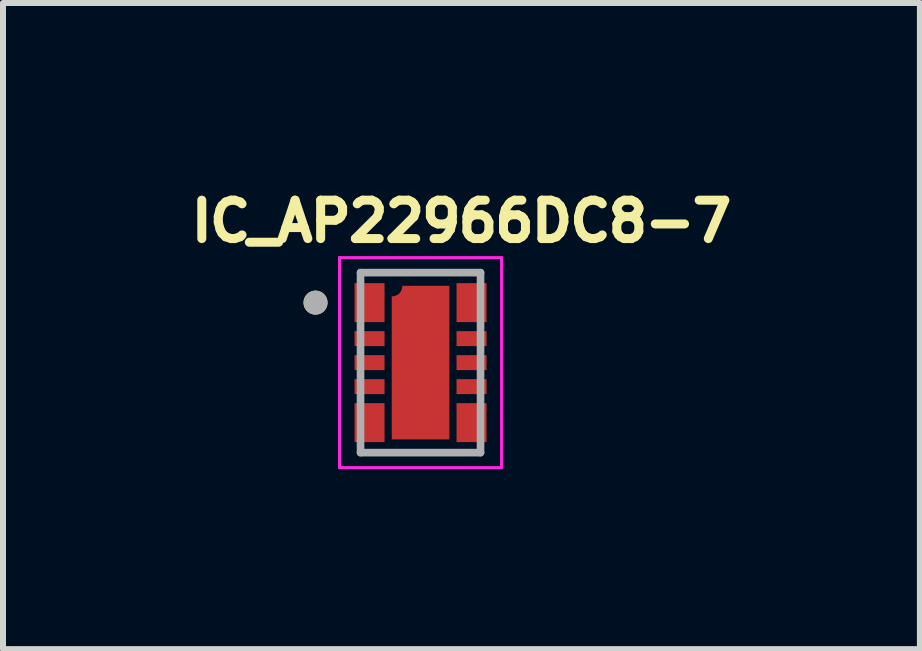
<source format=kicad_pcb>
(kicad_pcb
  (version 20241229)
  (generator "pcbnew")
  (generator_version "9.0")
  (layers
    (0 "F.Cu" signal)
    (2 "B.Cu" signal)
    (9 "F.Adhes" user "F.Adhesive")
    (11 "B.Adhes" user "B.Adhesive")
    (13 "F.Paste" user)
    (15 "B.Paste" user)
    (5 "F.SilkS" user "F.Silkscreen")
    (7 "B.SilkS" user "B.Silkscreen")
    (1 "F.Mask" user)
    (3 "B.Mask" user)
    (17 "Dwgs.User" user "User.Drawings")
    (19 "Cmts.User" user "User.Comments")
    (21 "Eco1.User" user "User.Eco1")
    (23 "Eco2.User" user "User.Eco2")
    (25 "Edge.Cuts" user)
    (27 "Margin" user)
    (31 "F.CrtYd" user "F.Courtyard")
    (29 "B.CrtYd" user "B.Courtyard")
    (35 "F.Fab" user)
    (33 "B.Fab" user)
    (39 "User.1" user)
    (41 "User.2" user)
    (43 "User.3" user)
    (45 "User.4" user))
  (footprint "IC_AP22966DC8-7"
    (layer "F.Cu")
    (at 3.959 2.994)
    (property "Reference" "IC_AP22966DC8-7" (at 0.682 -2.356 0) (layer "F.SilkS") (effects (font (size 0.64 0.64) (thickness 0.15))))
    (attr smd)
    (fp_poly (pts (xy -1.15 -1.375) (xy -0.55 -1.375) (xy -0.55 -0.625) (xy -1.15 -0.625)) (stroke (width 0.01) (type solid)) (fill yes) (layer "F.Mask"))
    (fp_poly (pts (xy -1.15 -0.575) (xy -0.55 -0.575) (xy -0.55 -0.225) (xy -1.15 -0.225)) (stroke (width 0.01) (type solid)) (fill yes) (layer "F.Mask"))
    (fp_poly (pts (xy -1.15 -0.175) (xy -0.55 -0.175) (xy -0.55 0.175) (xy -1.15 0.175)) (stroke (width 0.01) (type solid)) (fill yes) (layer "F.Mask"))
    (fp_poly (pts (xy -1.15 0.225) (xy -0.55 0.225) (xy -0.55 0.575) (xy -1.15 0.575)) (stroke (width 0.01) (type solid)) (fill yes) (layer "F.Mask"))
    (fp_poly (pts (xy -1.15 0.625) (xy -0.55 0.625) (xy -0.55 1.375) (xy -1.15 1.375)) (stroke (width 0.01) (type solid)) (fill yes) (layer "F.Mask"))
    (fp_poly (pts (xy 0.55 -1.375) (xy 1.15 -1.375) (xy 1.15 -0.625) (xy 0.55 -0.625)) (stroke (width 0.01) (type solid)) (fill yes) (layer "F.Mask"))
    (fp_poly (pts (xy 0.55 -0.575) (xy 1.15 -0.575) (xy 1.15 -0.225) (xy 0.55 -0.225)) (stroke (width 0.01) (type solid)) (fill yes) (layer "F.Mask"))
    (fp_poly (pts (xy 0.55 -0.175) (xy 1.15 -0.175) (xy 1.15 0.175) (xy 0.55 0.175)) (stroke (width 0.01) (type solid)) (fill yes) (layer "F.Mask"))
    (fp_poly (pts (xy 0.55 0.225) (xy 1.15 0.225) (xy 1.15 0.575) (xy 0.55 0.575)) (stroke (width 0.01) (type solid)) (fill yes) (layer "F.Mask"))
    (fp_poly (pts (xy 0.55 0.625) (xy 1.15 0.625) (xy 1.15 1.375) (xy 0.55 1.375)) (stroke (width 0.01) (type solid)) (fill yes) (layer "F.Mask"))
    (fp_poly (pts (xy -0.525 -1.15) (xy -0.516 -1.15) (xy -0.507 -1.151) (xy -0.498 -1.152) (xy -0.489 -1.154) (xy -0.48 -1.156) (xy -0.471 -1.159) (xy -0.462 -1.162) (xy -0.454 -1.165) (xy -0.446 -1.169) (xy -0.438 -1.173) (xy -0.43 -1.178) (xy -0.422 -1.183) (xy -0.415 -1.189) (xy -0.408 -1.195) (xy -0.401 -1.201) (xy -0.395 -1.208) (xy -0.389 -1.215) (xy -0.383 -1.222) (xy -0.378 -1.23) (xy -0.373 -1.237) (xy -0.369 -1.246) (xy -0.365 -1.254) (xy -0.362 -1.262) (xy -0.359 -1.271) (xy -0.356 -1.28) (xy -0.354 -1.289) (xy -0.352 -1.298) (xy -0.351 -1.307) (xy -0.35 -1.316) (xy -0.35 -1.325) (xy 0.525 -1.325) (xy 0.525 1.325) (xy -0.525 1.325) (xy -0.525 -1.15)) (stroke (width 0.01) (type solid)) (fill yes) (layer "F.Mask"))
    (fp_circle (center -1.75 -1) (end -1.65 -1) (stroke (width 0.2) (type solid)) (fill no) (layer "F.SilkS"))
    (fp_poly (pts (xy -0.3 -0.806) (xy 0.3 -0.806) (xy 0.3 0.806) (xy -0.3 0.806)) (stroke (width 0.01) (type solid)) (fill yes) (layer "F.Paste"))
    (fp_line (start -1.35 -1.75) (end -1.35 1.75) (stroke (width 0.05) (type solid)) (layer "F.CrtYd"))
    (fp_line (start -1.35 1.75) (end 1.35 1.75) (stroke (width 0.05) (type solid)) (layer "F.CrtYd"))
    (fp_line (start 1.35 -1.75) (end -1.35 -1.75) (stroke (width 0.05) (type solid)) (layer "F.CrtYd"))
    (fp_line (start 1.35 1.75) (end 1.35 -1.75) (stroke (width 0.05) (type solid)) (layer "F.CrtYd"))
    (fp_line (start -1 -1.5) (end -1 1.5) (stroke (width 0.127) (type solid)) (layer "F.Fab"))
    (fp_line (start -1 1.5) (end 1 1.5) (stroke (width 0.127) (type solid)) (layer "F.Fab"))
    (fp_line (start 1 -1.5) (end -1 -1.5) (stroke (width 0.127) (type solid)) (layer "F.Fab"))
    (fp_line (start 1 1.5) (end 1 -1.5) (stroke (width 0.127) (type solid)) (layer "F.Fab"))
    (fp_circle (center -1.75 -1) (end -1.65 -1) (stroke (width 0.2) (type solid)) (fill no) (layer "F.Fab"))
    (pad "1_2" smd rect (at -0.85 -1) (size 0.5 0.65) (layers "F.Cu" "F.Paste"))
    (pad "3" smd rect (at -0.85 -0.4) (size 0.5 0.25) (layers "F.Cu" "F.Paste"))
    (pad "4" smd rect (at -0.85 0) (size 0.5 0.25) (layers "F.Cu" "F.Paste"))
    (pad "5" smd rect (at -0.85 0.4) (size 0.5 0.25) (layers "F.Cu" "F.Paste"))
    (pad "6_7" smd rect (at -0.85 1) (size 0.5 0.65) (layers "F.Cu" "F.Paste"))
    (pad "8_9" smd rect (at 0.85 1) (size 0.5 0.65) (layers "F.Cu" "F.Paste"))
    (pad "10" smd rect (at 0.85 0.4) (size 0.5 0.25) (layers "F.Cu" "F.Paste"))
    (pad "11" smd rect (at 0.85 0) (size 0.5 0.25) (layers "F.Cu" "F.Paste"))
    (pad "12" smd rect (at 0.85 -0.4) (size 0.5 0.25) (layers "F.Cu" "F.Paste"))
    (pad "13_14" smd rect (at 0.85 -1) (size 0.5 0.65) (layers "F.Cu" "F.Paste"))
    (pad "15" smd custom (at 0 0) (size 0.1 0.1) (layers "F.Cu") (options (anchor rect)) (primitives (gr_poly (pts (xy -0.475 -1.1) (xy -0.466 -1.1) (xy -0.457 -1.101) (xy -0.448 -1.102) (xy -0.439 -1.104) (xy -0.43 -1.106) (xy -0.421 -1.109) (xy -0.412 -1.112) (xy -0.404 -1.115) (xy -0.396 -1.119) (xy -0.387 -1.123) (xy -0.38 -1.128) (xy -0.372 -1.133) (xy -0.365 -1.139) (xy -0.358 -1.145) (xy -0.351 -1.151) (xy -0.345 -1.158) (xy -0.339 -1.165) (xy -0.333 -1.172) (xy -0.328 -1.18) (xy -0.323 -1.188) (xy -0.319 -1.196) (xy -0.315 -1.204) (xy -0.312 -1.212) (xy -0.309 -1.221) (xy -0.306 -1.23) (xy -0.304 -1.239) (xy -0.302 -1.248) (xy -0.301 -1.257) (xy -0.3 -1.266) (xy -0.3 -1.275) (xy 0.475 -1.275) (xy 0.475 1.275) (xy -0.475 1.275) (xy -0.475 -1.1)) (width 0.01) (fill yes)))))
  (gr_rect
    (start -3 -3)
    (end 12.282 7.769)
    (stroke (width 0.1) (type default))
    (fill no)
    (layer "Edge.Cuts")))
</source>
